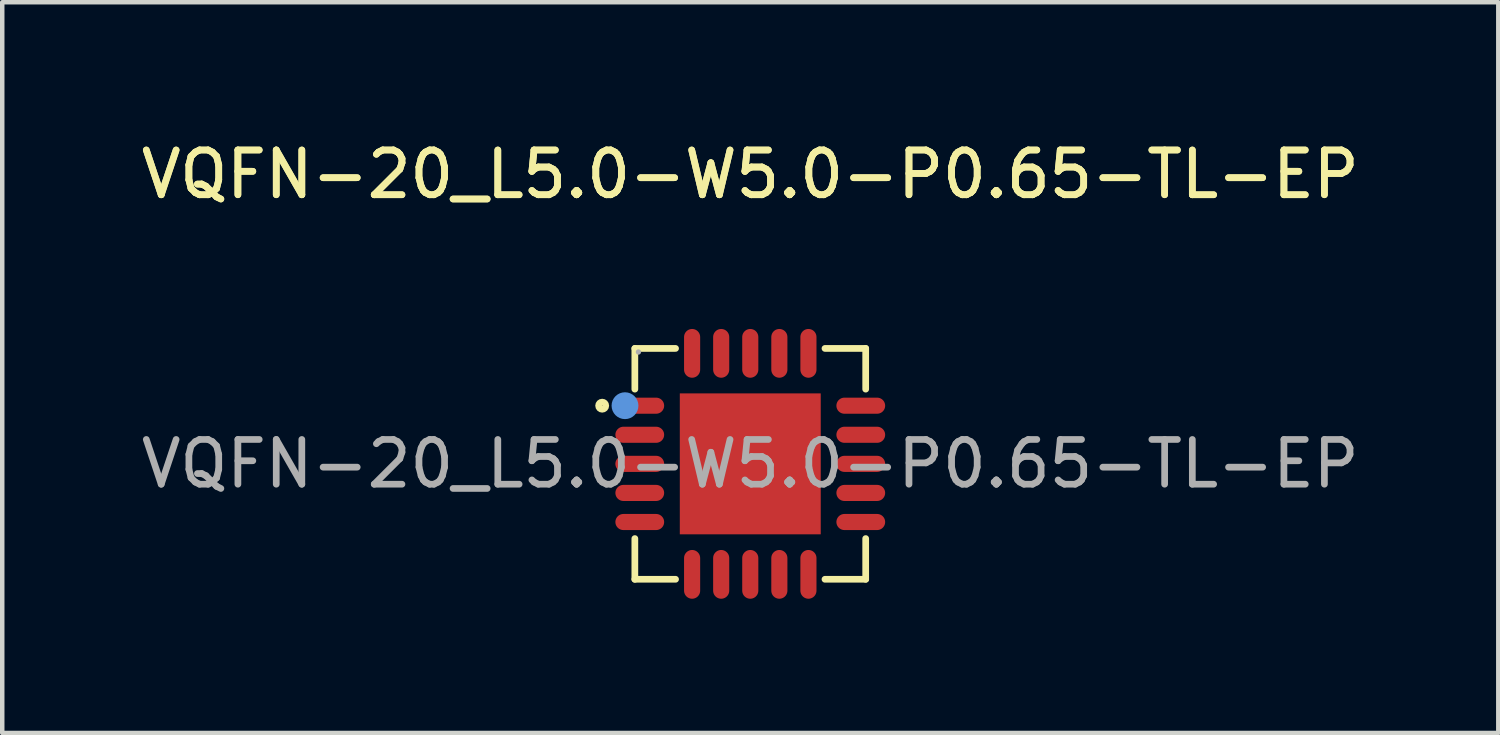
<source format=kicad_pcb>
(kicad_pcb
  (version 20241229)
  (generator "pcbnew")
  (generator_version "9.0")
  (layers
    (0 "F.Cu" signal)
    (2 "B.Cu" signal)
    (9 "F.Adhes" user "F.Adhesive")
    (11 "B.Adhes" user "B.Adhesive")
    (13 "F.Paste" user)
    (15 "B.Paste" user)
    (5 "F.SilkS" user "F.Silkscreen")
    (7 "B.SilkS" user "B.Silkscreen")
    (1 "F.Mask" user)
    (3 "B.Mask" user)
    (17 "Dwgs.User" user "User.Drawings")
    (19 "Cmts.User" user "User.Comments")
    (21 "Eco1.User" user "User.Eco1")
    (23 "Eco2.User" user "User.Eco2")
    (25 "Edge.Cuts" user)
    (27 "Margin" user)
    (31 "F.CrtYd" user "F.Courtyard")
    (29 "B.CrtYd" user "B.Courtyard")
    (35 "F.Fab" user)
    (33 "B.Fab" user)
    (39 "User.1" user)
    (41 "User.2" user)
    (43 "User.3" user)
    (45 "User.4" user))
  (footprint "VQFN-20_L5.0-W5.0-P0.65-TL-EP"
    (layer "F.Cu")
    (at 13.72 7.318)
    (property "Reference" "VQFN-20_L5.0-W5.0-P0.65-TL-EP" (at 0 -6.47 0) (layer "F.SilkS") (effects (font (size 1 1) (thickness 0.15))))
    (attr smd)
    (fp_line (start -2.58 -2.58) (end -2.58 -1.67) (stroke (width 0.15) (type solid)) (layer "F.SilkS"))
    (fp_line (start -2.58 2.58) (end -2.58 1.67) (stroke (width 0.15) (type solid)) (layer "F.SilkS"))
    (fp_line (start -1.67 -2.58) (end -2.58 -2.58) (stroke (width 0.15) (type solid)) (layer "F.SilkS"))
    (fp_line (start -1.67 2.58) (end -2.58 2.58) (stroke (width 0.15) (type solid)) (layer "F.SilkS"))
    (fp_line (start 1.67 -2.58) (end 2.58 -2.58) (stroke (width 0.15) (type solid)) (layer "F.SilkS"))
    (fp_line (start 1.67 2.58) (end 2.58 2.58) (stroke (width 0.15) (type solid)) (layer "F.SilkS"))
    (fp_line (start 2.58 -2.58) (end 2.58 -1.67) (stroke (width 0.15) (type solid)) (layer "F.SilkS"))
    (fp_line (start 2.58 2.58) (end 2.58 1.67) (stroke (width 0.15) (type solid)) (layer "F.SilkS"))
    (fp_circle (center -3.31 -1.3) (end -3.23 -1.3) (stroke (width 0.15) (type solid)) (fill no) (layer "F.SilkS"))
    (fp_circle (center -2.8 -1.3) (end -2.65 -1.3) (stroke (width 0.3) (type solid)) (fill no) (layer "Cmts.User"))
    (fp_circle (center -2.5 -2.5) (end -2.47 -2.5) (stroke (width 0.06) (type solid)) (fill no) (layer "F.Fab"))
    (fp_text user "${REFERENCE}" (at 0 -6.47 0) (layer "F.SilkS") (effects (font (size 1 1) (thickness 0.15))))
    (fp_text user "${REFERENCE}" (at 0 0 0) (layer "F.Fab") (effects (font (size 1 1) (thickness 0.15))))
    (pad "1" smd oval (at -2.47 -1.3) (size 1.09 0.36) (layers "F.Cu" "F.Mask" "F.Paste"))
    (pad "2" smd oval (at -2.47 -0.65) (size 1.09 0.36) (layers "F.Cu" "F.Mask" "F.Paste"))
    (pad "3" smd oval (at -2.47 0) (size 1.09 0.36) (layers "F.Cu" "F.Mask" "F.Paste"))
    (pad "4" smd oval (at -2.47 0.65) (size 1.09 0.36) (layers "F.Cu" "F.Mask" "F.Paste"))
    (pad "5" smd oval (at -2.47 1.3) (size 1.09 0.36) (layers "F.Cu" "F.Mask" "F.Paste"))
    (pad "6" smd oval (at -1.3 2.47) (size 0.36 1.09) (layers "F.Cu" "F.Mask" "F.Paste"))
    (pad "7" smd oval (at -0.65 2.47) (size 0.36 1.09) (layers "F.Cu" "F.Mask" "F.Paste"))
    (pad "8" smd oval (at 0 2.47) (size 0.36 1.09) (layers "F.Cu" "F.Mask" "F.Paste"))
    (pad "9" smd oval (at 0.65 2.47) (size 0.36 1.09) (layers "F.Cu" "F.Mask" "F.Paste"))
    (pad "10" smd oval (at 1.3 2.47) (size 0.36 1.09) (layers "F.Cu" "F.Mask" "F.Paste"))
    (pad "11" smd oval (at 2.47 1.3) (size 1.09 0.36) (layers "F.Cu" "F.Mask" "F.Paste"))
    (pad "12" smd oval (at 2.47 0.65) (size 1.09 0.36) (layers "F.Cu" "F.Mask" "F.Paste"))
    (pad "13" smd oval (at 2.47 0) (size 1.09 0.36) (layers "F.Cu" "F.Mask" "F.Paste"))
    (pad "14" smd oval (at 2.47 -0.65) (size 1.09 0.36) (layers "F.Cu" "F.Mask" "F.Paste"))
    (pad "15" smd oval (at 2.47 -1.3) (size 1.09 0.36) (layers "F.Cu" "F.Mask" "F.Paste"))
    (pad "16" smd oval (at 1.3 -2.47) (size 0.36 1.09) (layers "F.Cu" "F.Mask" "F.Paste"))
    (pad "17" smd oval (at 0.65 -2.47) (size 0.36 1.09) (layers "F.Cu" "F.Mask" "F.Paste"))
    (pad "18" smd oval (at 0 -2.47) (size 0.36 1.09) (layers "F.Cu" "F.Mask" "F.Paste"))
    (pad "19" smd oval (at -0.65 -2.47) (size 0.36 1.09) (layers "F.Cu" "F.Mask" "F.Paste"))
    (pad "20" smd oval (at -1.3 -2.47) (size 0.36 1.09) (layers "F.Cu" "F.Mask" "F.Paste"))
    (pad "21" smd rect (at 0 0) (size 3.15 3.15) (layers "F.Cu" "F.Mask" "F.Paste")))
  (gr_rect
    (start -3 -3)
    (end 30.44 13.333)
    (stroke (width 0.1) (type default))
    (fill no)
    (layer "Edge.Cuts")))
</source>
